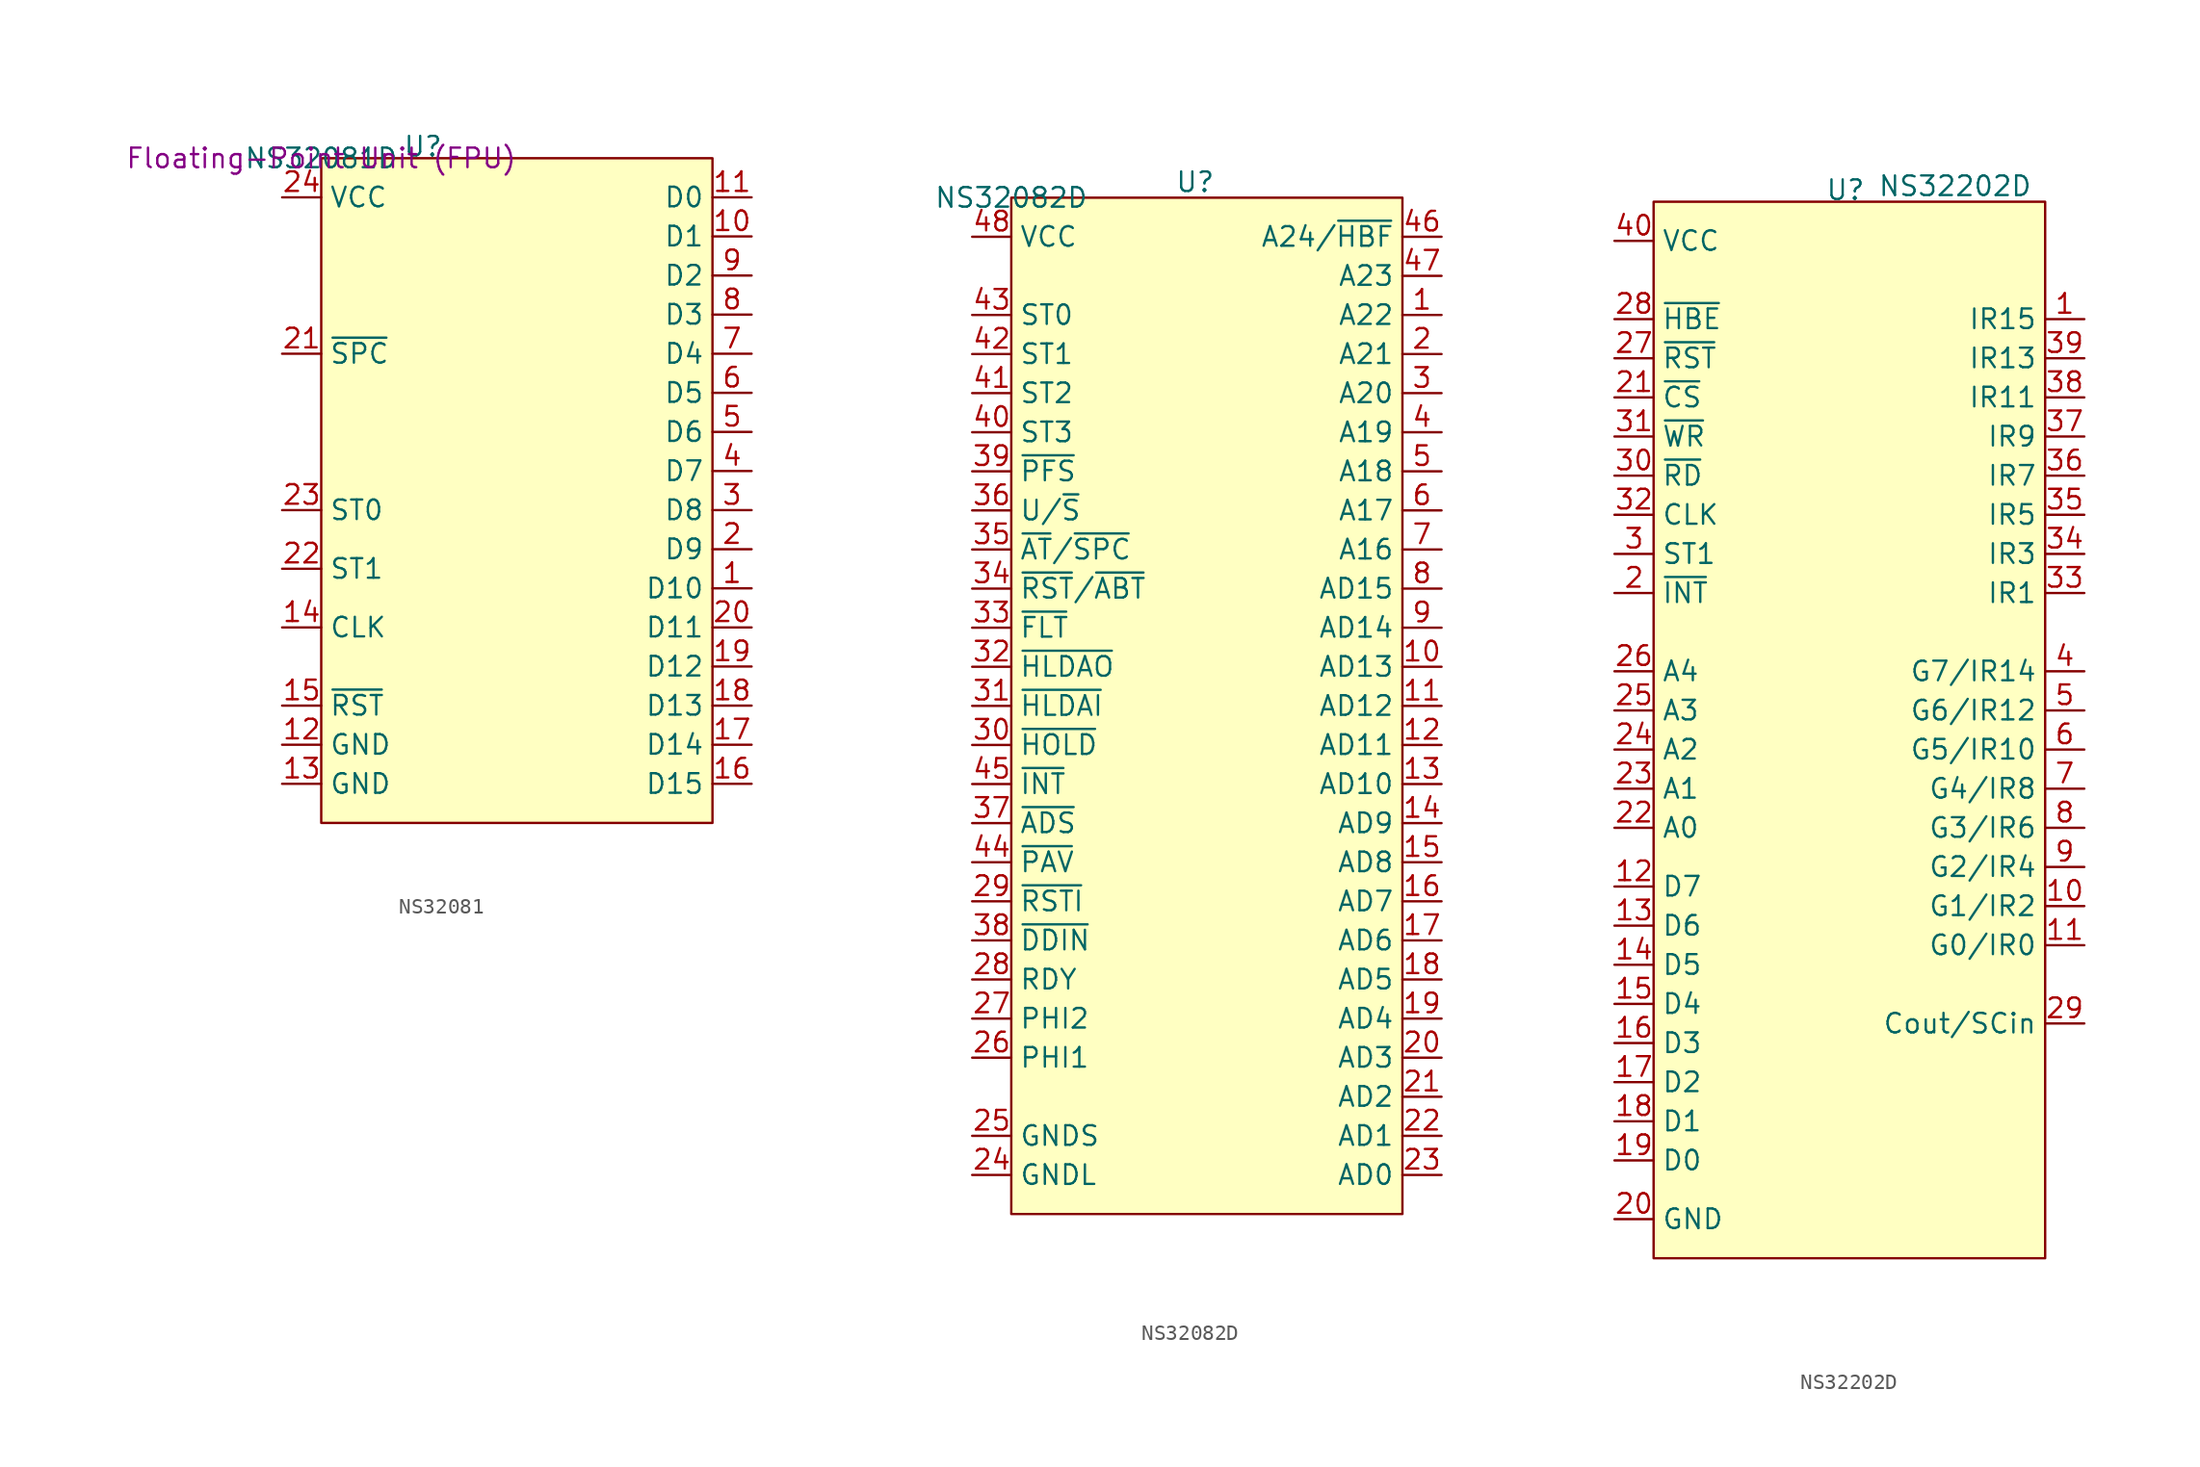
<source format=kicad_sym>
(kicad_symbol_lib
  (version 20241209)
  (generator "kicad_symbol_editor")
  (generator_version "9.0")
  (symbol "NS32081"
    (property "Reference" "U"
      (at 6.604 0.762 0)
      (effects (font (size 1.27 1.27))))
    (property "Value" "NS32081D"
      (at 0 0 0)
      (effects (font (size 1.27 1.27))))
    (property "Description" "Floating-Point Unit (FPU)"
      (at 0 0 0)
      (effects (font (size 1.27 1.27))))
    (symbol "NS32081_1_1"
      (rectangle (start 0 0) (end 25.4 -43.18) (stroke (width 0) (type solid)) (fill (type background)))
      (pin power_in line (at -2.54 -2.54 0) (length 2.54) (name "VCC" (effects (font (size 1.27 1.27)))) (number "24" (effects (font (size 1.27 1.27)))))
      (pin bidirectional line (at -2.54 -12.7 0) (length 2.54) (name "~{SPC}" (effects (font (size 1.27 1.27)))) (number "21" (effects (font (size 1.27 1.27)))))
      (pin input line (at -2.54 -22.86 0) (length 2.54) (name "ST0" (effects (font (size 1.27 1.27)))) (number "23" (effects (font (size 1.27 1.27)))))
      (pin input line (at -2.54 -26.67 0) (length 2.54) (name "ST1" (effects (font (size 1.27 1.27)))) (number "22" (effects (font (size 1.27 1.27)))))
      (pin input line (at -2.54 -30.48 0) (length 2.54) (name "CLK" (effects (font (size 1.27 1.27)))) (number "14" (effects (font (size 1.27 1.27)))))
      (pin input line (at -2.54 -35.56 0) (length 2.54) (name "~{RST}" (effects (font (size 1.27 1.27)))) (number "15" (effects (font (size 1.27 1.27)))))
      (pin power_in line (at -2.54 -38.1 0) (length 2.54) (name "GND" (effects (font (size 1.27 1.27)))) (number "12" (effects (font (size 1.27 1.27)))))
      (pin power_in line (at -2.54 -40.64 0) (length 2.54) (name "GND" (effects (font (size 1.27 1.27)))) (number "13" (effects (font (size 1.27 1.27)))))
      (pin bidirectional line (at 27.94 -2.54 180) (length 2.54) (name "D0" (effects (font (size 1.27 1.27)))) (number "11" (effects (font (size 1.27 1.27)))))
      (pin bidirectional line (at 27.94 -5.08 180) (length 2.54) (name "D1" (effects (font (size 1.27 1.27)))) (number "10" (effects (font (size 1.27 1.27)))))
      (pin bidirectional line (at 27.94 -7.62 180) (length 2.54) (name "D2" (effects (font (size 1.27 1.27)))) (number "9" (effects (font (size 1.27 1.27)))))
      (pin bidirectional line (at 27.94 -10.16 180) (length 2.54) (name "D3" (effects (font (size 1.27 1.27)))) (number "8" (effects (font (size 1.27 1.27)))))
      (pin bidirectional line (at 27.94 -12.7 180) (length 2.54) (name "D4" (effects (font (size 1.27 1.27)))) (number "7" (effects (font (size 1.27 1.27)))))
      (pin bidirectional line (at 27.94 -15.24 180) (length 2.54) (name "D5" (effects (font (size 1.27 1.27)))) (number "6" (effects (font (size 1.27 1.27)))))
      (pin bidirectional line (at 27.94 -17.78 180) (length 2.54) (name "D6" (effects (font (size 1.27 1.27)))) (number "5" (effects (font (size 1.27 1.27)))))
      (pin bidirectional line (at 27.94 -20.32 180) (length 2.54) (name "D7" (effects (font (size 1.27 1.27)))) (number "4" (effects (font (size 1.27 1.27)))))
      (pin bidirectional line (at 27.94 -22.86 180) (length 2.54) (name "D8" (effects (font (size 1.27 1.27)))) (number "3" (effects (font (size 1.27 1.27)))))
      (pin bidirectional line (at 27.94 -25.4 180) (length 2.54) (name "D9" (effects (font (size 1.27 1.27)))) (number "2" (effects (font (size 1.27 1.27)))))
      (pin bidirectional line (at 27.94 -27.94 180) (length 2.54) (name "D10" (effects (font (size 1.27 1.27)))) (number "1" (effects (font (size 1.27 1.27)))))
      (pin bidirectional line (at 27.94 -30.48 180) (length 2.54) (name "D11" (effects (font (size 1.27 1.27)))) (number "20" (effects (font (size 1.27 1.27)))))
      (pin bidirectional line (at 27.94 -33.02 180) (length 2.54) (name "D12" (effects (font (size 1.27 1.27)))) (number "19" (effects (font (size 1.27 1.27)))))
      (pin bidirectional line (at 27.94 -35.56 180) (length 2.54) (name "D13" (effects (font (size 1.27 1.27)))) (number "18" (effects (font (size 1.27 1.27)))))
      (pin bidirectional line (at 27.94 -38.1 180) (length 2.54) (name "D14" (effects (font (size 1.27 1.27)))) (number "17" (effects (font (size 1.27 1.27)))))
      (pin bidirectional line (at 27.94 -40.64 180) (length 2.54) (name "D15" (effects (font (size 1.27 1.27)))) (number "16" (effects (font (size 1.27 1.27)))))))
  (symbol "NS32082D"
    (property "Reference" "U"
      (at 11.938 1.016 0)
      (effects (font (size 1.27 1.27))))
    (property "Value" "NS32082D"
      (at 0 0 0)
      (effects (font (size 1.27 1.27))))
    (symbol "NS32082D_1_1"
      (rectangle (start 0 0) (end 25.4 -66.04) (stroke (width 0) (type solid)) (fill (type background)))
      (pin power_in line (at -2.54 -2.54 0) (length 2.54) (name "VCC" (effects (font (size 1.27 1.27)))) (number "48" (effects (font (size 1.27 1.27)))))
      (pin input line (at -2.54 -7.62 0) (length 2.54) (name "ST0" (effects (font (size 1.27 1.27)))) (number "43" (effects (font (size 1.27 1.27)))))
      (pin input line (at -2.54 -10.16 0) (length 2.54) (name "ST1" (effects (font (size 1.27 1.27)))) (number "42" (effects (font (size 1.27 1.27)))))
      (pin input line (at -2.54 -12.7 0) (length 2.54) (name "ST2" (effects (font (size 1.27 1.27)))) (number "41" (effects (font (size 1.27 1.27)))))
      (pin input line (at -2.54 -15.24 0) (length 2.54) (name "ST3" (effects (font (size 1.27 1.27)))) (number "40" (effects (font (size 1.27 1.27)))))
      (pin input line (at -2.54 -17.78 0) (length 2.54) (name "~{PFS}" (effects (font (size 1.27 1.27)))) (number "39" (effects (font (size 1.27 1.27)))))
      (pin input line (at -2.54 -20.32 0) (length 2.54) (name "U/~{S}" (effects (font (size 1.27 1.27)))) (number "36" (effects (font (size 1.27 1.27)))))
      (pin bidirectional line (at -2.54 -22.86 0) (length 2.54) (name "~{AT}/~{SPC}" (effects (font (size 1.27 1.27)))) (number "35" (effects (font (size 1.27 1.27)))))
      (pin output line (at -2.54 -25.4 0) (length 2.54) (name "~{RST}/~{ABT}" (effects (font (size 1.27 1.27)))) (number "34" (effects (font (size 1.27 1.27)))))
      (pin output line (at -2.54 -27.94 0) (length 2.54) (name "~{FLT}" (effects (font (size 1.27 1.27)))) (number "33" (effects (font (size 1.27 1.27)))))
      (pin output line (at -2.54 -30.48 0) (length 2.54) (name "~{HLDAO}" (effects (font (size 1.27 1.27)))) (number "32" (effects (font (size 1.27 1.27)))))
      (pin output line (at -2.54 -33.02 0) (length 2.54) (name "~{HLDAI}" (effects (font (size 1.27 1.27)))) (number "31" (effects (font (size 1.27 1.27)))))
      (pin input line (at -2.54 -35.56 0) (length 2.54) (name "~{HOLD}" (effects (font (size 1.27 1.27)))) (number "30" (effects (font (size 1.27 1.27)))))
      (pin output line (at -2.54 -38.1 0) (length 2.54) (name "~{INT}" (effects (font (size 1.27 1.27)))) (number "45" (effects (font (size 1.27 1.27)))))
      (pin input line (at -2.54 -40.64 0) (length 2.54) (name "~{ADS}" (effects (font (size 1.27 1.27)))) (number "37" (effects (font (size 1.27 1.27)))))
      (pin output line (at -2.54 -43.18 0) (length 2.54) (name "~{PAV}" (effects (font (size 1.27 1.27)))) (number "44" (effects (font (size 1.27 1.27)))))
      (pin input line (at -2.54 -45.72 0) (length 2.54) (name "~{RSTI}" (effects (font (size 1.27 1.27)))) (number "29" (effects (font (size 1.27 1.27)))))
      (pin bidirectional line (at -2.54 -48.26 0) (length 2.54) (name "~{DDIN}" (effects (font (size 1.27 1.27)))) (number "38" (effects (font (size 1.27 1.27)))))
      (pin input line (at -2.54 -50.8 0) (length 2.54) (name "RDY" (effects (font (size 1.27 1.27)))) (number "28" (effects (font (size 1.27 1.27)))))
      (pin input line (at -2.54 -53.34 0) (length 2.54) (name "PHI2" (effects (font (size 1.27 1.27)))) (number "27" (effects (font (size 1.27 1.27)))))
      (pin input line (at -2.54 -55.88 0) (length 2.54) (name "PHI1" (effects (font (size 1.27 1.27)))) (number "26" (effects (font (size 1.27 1.27)))))
      (pin power_in line (at -2.54 -60.96 0) (length 2.54) (name "GNDS" (effects (font (size 1.27 1.27)))) (number "25" (effects (font (size 1.27 1.27)))))
      (pin power_in line (at -2.54 -63.5 0) (length 2.54) (name "GNDL" (effects (font (size 1.27 1.27)))) (number "24" (effects (font (size 1.27 1.27)))))
      (pin bidirectional line (at 27.94 -2.54 180) (length 2.54) (name "A24/~{HBF}" (effects (font (size 1.27 1.27)))) (number "46" (effects (font (size 1.27 1.27)))))
      (pin bidirectional line (at 27.94 -5.08 180) (length 2.54) (name "A23" (effects (font (size 1.27 1.27)))) (number "47" (effects (font (size 1.27 1.27)))))
      (pin bidirectional line (at 27.94 -7.62 180) (length 2.54) (name "A22" (effects (font (size 1.27 1.27)))) (number "1" (effects (font (size 1.27 1.27)))))
      (pin bidirectional line (at 27.94 -10.16 180) (length 2.54) (name "A21" (effects (font (size 1.27 1.27)))) (number "2" (effects (font (size 1.27 1.27)))))
      (pin bidirectional line (at 27.94 -12.7 180) (length 2.54) (name "A20" (effects (font (size 1.27 1.27)))) (number "3" (effects (font (size 1.27 1.27)))))
      (pin bidirectional line (at 27.94 -15.24 180) (length 2.54) (name "A19" (effects (font (size 1.27 1.27)))) (number "4" (effects (font (size 1.27 1.27)))))
      (pin bidirectional line (at 27.94 -17.78 180) (length 2.54) (name "A18" (effects (font (size 1.27 1.27)))) (number "5" (effects (font (size 1.27 1.27)))))
      (pin bidirectional line (at 27.94 -20.32 180) (length 2.54) (name "A17" (effects (font (size 1.27 1.27)))) (number "6" (effects (font (size 1.27 1.27)))))
      (pin bidirectional line (at 27.94 -22.86 180) (length 2.54) (name "A16" (effects (font (size 1.27 1.27)))) (number "7" (effects (font (size 1.27 1.27)))))
      (pin bidirectional line (at 27.94 -25.4 180) (length 2.54) (name "AD15" (effects (font (size 1.27 1.27)))) (number "8" (effects (font (size 1.27 1.27)))))
      (pin bidirectional line (at 27.94 -27.94 180) (length 2.54) (name "AD14" (effects (font (size 1.27 1.27)))) (number "9" (effects (font (size 1.27 1.27)))))
      (pin bidirectional line (at 27.94 -30.48 180) (length 2.54) (name "AD13" (effects (font (size 1.27 1.27)))) (number "10" (effects (font (size 1.27 1.27)))))
      (pin bidirectional line (at 27.94 -33.02 180) (length 2.54) (name "AD12" (effects (font (size 1.27 1.27)))) (number "11" (effects (font (size 1.27 1.27)))))
      (pin bidirectional line (at 27.94 -35.56 180) (length 2.54) (name "AD11" (effects (font (size 1.27 1.27)))) (number "12" (effects (font (size 1.27 1.27)))))
      (pin bidirectional line (at 27.94 -38.1 180) (length 2.54) (name "AD10" (effects (font (size 1.27 1.27)))) (number "13" (effects (font (size 1.27 1.27)))))
      (pin bidirectional line (at 27.94 -40.64 180) (length 2.54) (name "AD9" (effects (font (size 1.27 1.27)))) (number "14" (effects (font (size 1.27 1.27)))))
      (pin bidirectional line (at 27.94 -43.18 180) (length 2.54) (name "AD8" (effects (font (size 1.27 1.27)))) (number "15" (effects (font (size 1.27 1.27)))))
      (pin bidirectional line (at 27.94 -45.72 180) (length 2.54) (name "AD7" (effects (font (size 1.27 1.27)))) (number "16" (effects (font (size 1.27 1.27)))))
      (pin bidirectional line (at 27.94 -48.26 180) (length 2.54) (name "AD6" (effects (font (size 1.27 1.27)))) (number "17" (effects (font (size 1.27 1.27)))))
      (pin bidirectional line (at 27.94 -50.8 180) (length 2.54) (name "AD5" (effects (font (size 1.27 1.27)))) (number "18" (effects (font (size 1.27 1.27)))))
      (pin bidirectional line (at 27.94 -53.34 180) (length 2.54) (name "AD4" (effects (font (size 1.27 1.27)))) (number "19" (effects (font (size 1.27 1.27)))))
      (pin bidirectional line (at 27.94 -55.88 180) (length 2.54) (name "AD3" (effects (font (size 1.27 1.27)))) (number "20" (effects (font (size 1.27 1.27)))))
      (pin bidirectional line (at 27.94 -58.42 180) (length 2.54) (name "AD2" (effects (font (size 1.27 1.27)))) (number "21" (effects (font (size 1.27 1.27)))))
      (pin bidirectional line (at 27.94 -60.96 180) (length 2.54) (name "AD1" (effects (font (size 1.27 1.27)))) (number "22" (effects (font (size 1.27 1.27)))))
      (pin bidirectional line (at 27.94 -63.5 180) (length 2.54) (name "AD0" (effects (font (size 1.27 1.27)))) (number "23" (effects (font (size 1.27 1.27)))))))
  (symbol "NS32202D"
    (property "Reference" "U"
      (at 12.446 0.762 0)
      (effects (font (size 1.27 1.27))))
    (property "Value" "NS32202D"
      (at 19.558 1.016 0)
      (effects (font (size 1.27 1.27))))
    (symbol "NS32202D_1_1"
      (rectangle (start 0 0) (end 25.4 -68.58) (stroke (width 0) (type solid)) (fill (type background)))
      (pin power_in line (at -2.54 -2.54 0) (length 2.54) (name "VCC" (effects (font (size 1.27 1.27)))) (number "40" (effects (font (size 1.27 1.27)))))
      (pin input line (at -2.54 -7.62 0) (length 2.54) (name "~{HBE}" (effects (font (size 1.27 1.27)))) (number "28" (effects (font (size 1.27 1.27)))))
      (pin input line (at -2.54 -10.16 0) (length 2.54) (name "~{RST}" (effects (font (size 1.27 1.27)))) (number "27" (effects (font (size 1.27 1.27)))))
      (pin input line (at -2.54 -12.7 0) (length 2.54) (name "~{CS}" (effects (font (size 1.27 1.27)))) (number "21" (effects (font (size 1.27 1.27)))))
      (pin input line (at -2.54 -15.24 0) (length 2.54) (name "~{WR}" (effects (font (size 1.27 1.27)))) (number "31" (effects (font (size 1.27 1.27)))))
      (pin input line (at -2.54 -17.78 0) (length 2.54) (name "~{RD}" (effects (font (size 1.27 1.27)))) (number "30" (effects (font (size 1.27 1.27)))))
      (pin input line (at -2.54 -20.32 0) (length 2.54) (name "CLK" (effects (font (size 1.27 1.27)))) (number "32" (effects (font (size 1.27 1.27)))))
      (pin input line (at -2.54 -22.86 0) (length 2.54) (name "ST1" (effects (font (size 1.27 1.27)))) (number "3" (effects (font (size 1.27 1.27)))))
      (pin output line (at -2.54 -25.4 0) (length 2.54) (name "~{INT}" (effects (font (size 1.27 1.27)))) (number "2" (effects (font (size 1.27 1.27)))))
      (pin input line (at -2.54 -30.48 0) (length 2.54) (name "A4" (effects (font (size 1.27 1.27)))) (number "26" (effects (font (size 1.27 1.27)))))
      (pin input line (at -2.54 -33.02 0) (length 2.54) (name "A3" (effects (font (size 1.27 1.27)))) (number "25" (effects (font (size 1.27 1.27)))))
      (pin input line (at -2.54 -35.56 0) (length 2.54) (name "A2" (effects (font (size 1.27 1.27)))) (number "24" (effects (font (size 1.27 1.27)))))
      (pin input line (at -2.54 -38.1 0) (length 2.54) (name "A1" (effects (font (size 1.27 1.27)))) (number "23" (effects (font (size 1.27 1.27)))))
      (pin input line (at -2.54 -40.64 0) (length 2.54) (name "A0" (effects (font (size 1.27 1.27)))) (number "22" (effects (font (size 1.27 1.27)))))
      (pin bidirectional line (at -2.54 -44.45 0) (length 2.54) (name "D7" (effects (font (size 1.27 1.27)))) (number "12" (effects (font (size 1.27 1.27)))))
      (pin bidirectional line (at -2.54 -46.99 0) (length 2.54) (name "D6" (effects (font (size 1.27 1.27)))) (number "13" (effects (font (size 1.27 1.27)))))
      (pin bidirectional line (at -2.54 -49.53 0) (length 2.54) (name "D5" (effects (font (size 1.27 1.27)))) (number "14" (effects (font (size 1.27 1.27)))))
      (pin bidirectional line (at -2.54 -52.07 0) (length 2.54) (name "D4" (effects (font (size 1.27 1.27)))) (number "15" (effects (font (size 1.27 1.27)))))
      (pin bidirectional line (at -2.54 -54.61 0) (length 2.54) (name "D3" (effects (font (size 1.27 1.27)))) (number "16" (effects (font (size 1.27 1.27)))))
      (pin bidirectional line (at -2.54 -57.15 0) (length 2.54) (name "D2" (effects (font (size 1.27 1.27)))) (number "17" (effects (font (size 1.27 1.27)))))
      (pin bidirectional line (at -2.54 -59.69 0) (length 2.54) (name "D1" (effects (font (size 1.27 1.27)))) (number "18" (effects (font (size 1.27 1.27)))))
      (pin bidirectional line (at -2.54 -62.23 0) (length 2.54) (name "D0" (effects (font (size 1.27 1.27)))) (number "19" (effects (font (size 1.27 1.27)))))
      (pin power_in line (at -2.54 -66.04 0) (length 2.54) (name "GND" (effects (font (size 1.27 1.27)))) (number "20" (effects (font (size 1.27 1.27)))))
      (pin input line (at 27.94 -7.62 180) (length 2.54) (name "IR15" (effects (font (size 1.27 1.27)))) (number "1" (effects (font (size 1.27 1.27)))))
      (pin input line (at 27.94 -10.16 180) (length 2.54) (name "IR13" (effects (font (size 1.27 1.27)))) (number "39" (effects (font (size 1.27 1.27)))))
      (pin input line (at 27.94 -12.7 180) (length 2.54) (name "IR11" (effects (font (size 1.27 1.27)))) (number "38" (effects (font (size 1.27 1.27)))))
      (pin input line (at 27.94 -15.24 180) (length 2.54) (name "IR9" (effects (font (size 1.27 1.27)))) (number "37" (effects (font (size 1.27 1.27)))))
      (pin input line (at 27.94 -17.78 180) (length 2.54) (name "IR7" (effects (font (size 1.27 1.27)))) (number "36" (effects (font (size 1.27 1.27)))))
      (pin input line (at 27.94 -20.32 180) (length 2.54) (name "IR5" (effects (font (size 1.27 1.27)))) (number "35" (effects (font (size 1.27 1.27)))))
      (pin input line (at 27.94 -22.86 180) (length 2.54) (name "IR3" (effects (font (size 1.27 1.27)))) (number "34" (effects (font (size 1.27 1.27)))))
      (pin input line (at 27.94 -25.4 180) (length 2.54) (name "IR1" (effects (font (size 1.27 1.27)))) (number "33" (effects (font (size 1.27 1.27)))))
      (pin bidirectional line (at 27.94 -30.48 180) (length 2.54) (name "G7/IR14" (effects (font (size 1.27 1.27)))) (number "4" (effects (font (size 1.27 1.27)))))
      (pin bidirectional line (at 27.94 -33.02 180) (length 2.54) (name "G6/IR12" (effects (font (size 1.27 1.27)))) (number "5" (effects (font (size 1.27 1.27)))))
      (pin bidirectional line (at 27.94 -35.56 180) (length 2.54) (name "G5/IR10" (effects (font (size 1.27 1.27)))) (number "6" (effects (font (size 1.27 1.27)))))
      (pin bidirectional line (at 27.94 -38.1 180) (length 2.54) (name "G4/IR8" (effects (font (size 1.27 1.27)))) (number "7" (effects (font (size 1.27 1.27)))))
      (pin bidirectional line (at 27.94 -40.64 180) (length 2.54) (name "G3/IR6" (effects (font (size 1.27 1.27)))) (number "8" (effects (font (size 1.27 1.27)))))
      (pin bidirectional line (at 27.94 -43.18 180) (length 2.54) (name "G2/IR4" (effects (font (size 1.27 1.27)))) (number "9" (effects (font (size 1.27 1.27)))))
      (pin bidirectional line (at 27.94 -45.72 180) (length 2.54) (name "G1/IR2" (effects (font (size 1.27 1.27)))) (number "10" (effects (font (size 1.27 1.27)))))
      (pin bidirectional line (at 27.94 -48.26 180) (length 2.54) (name "G0/IR0" (effects (font (size 1.27 1.27)))) (number "11" (effects (font (size 1.27 1.27)))))
      (pin bidirectional line (at 27.94 -53.34 180) (length 2.54) (name "Cout/SCin" (effects (font (size 1.27 1.27)))) (number "29" (effects (font (size 1.27 1.27))))))))
</source>
